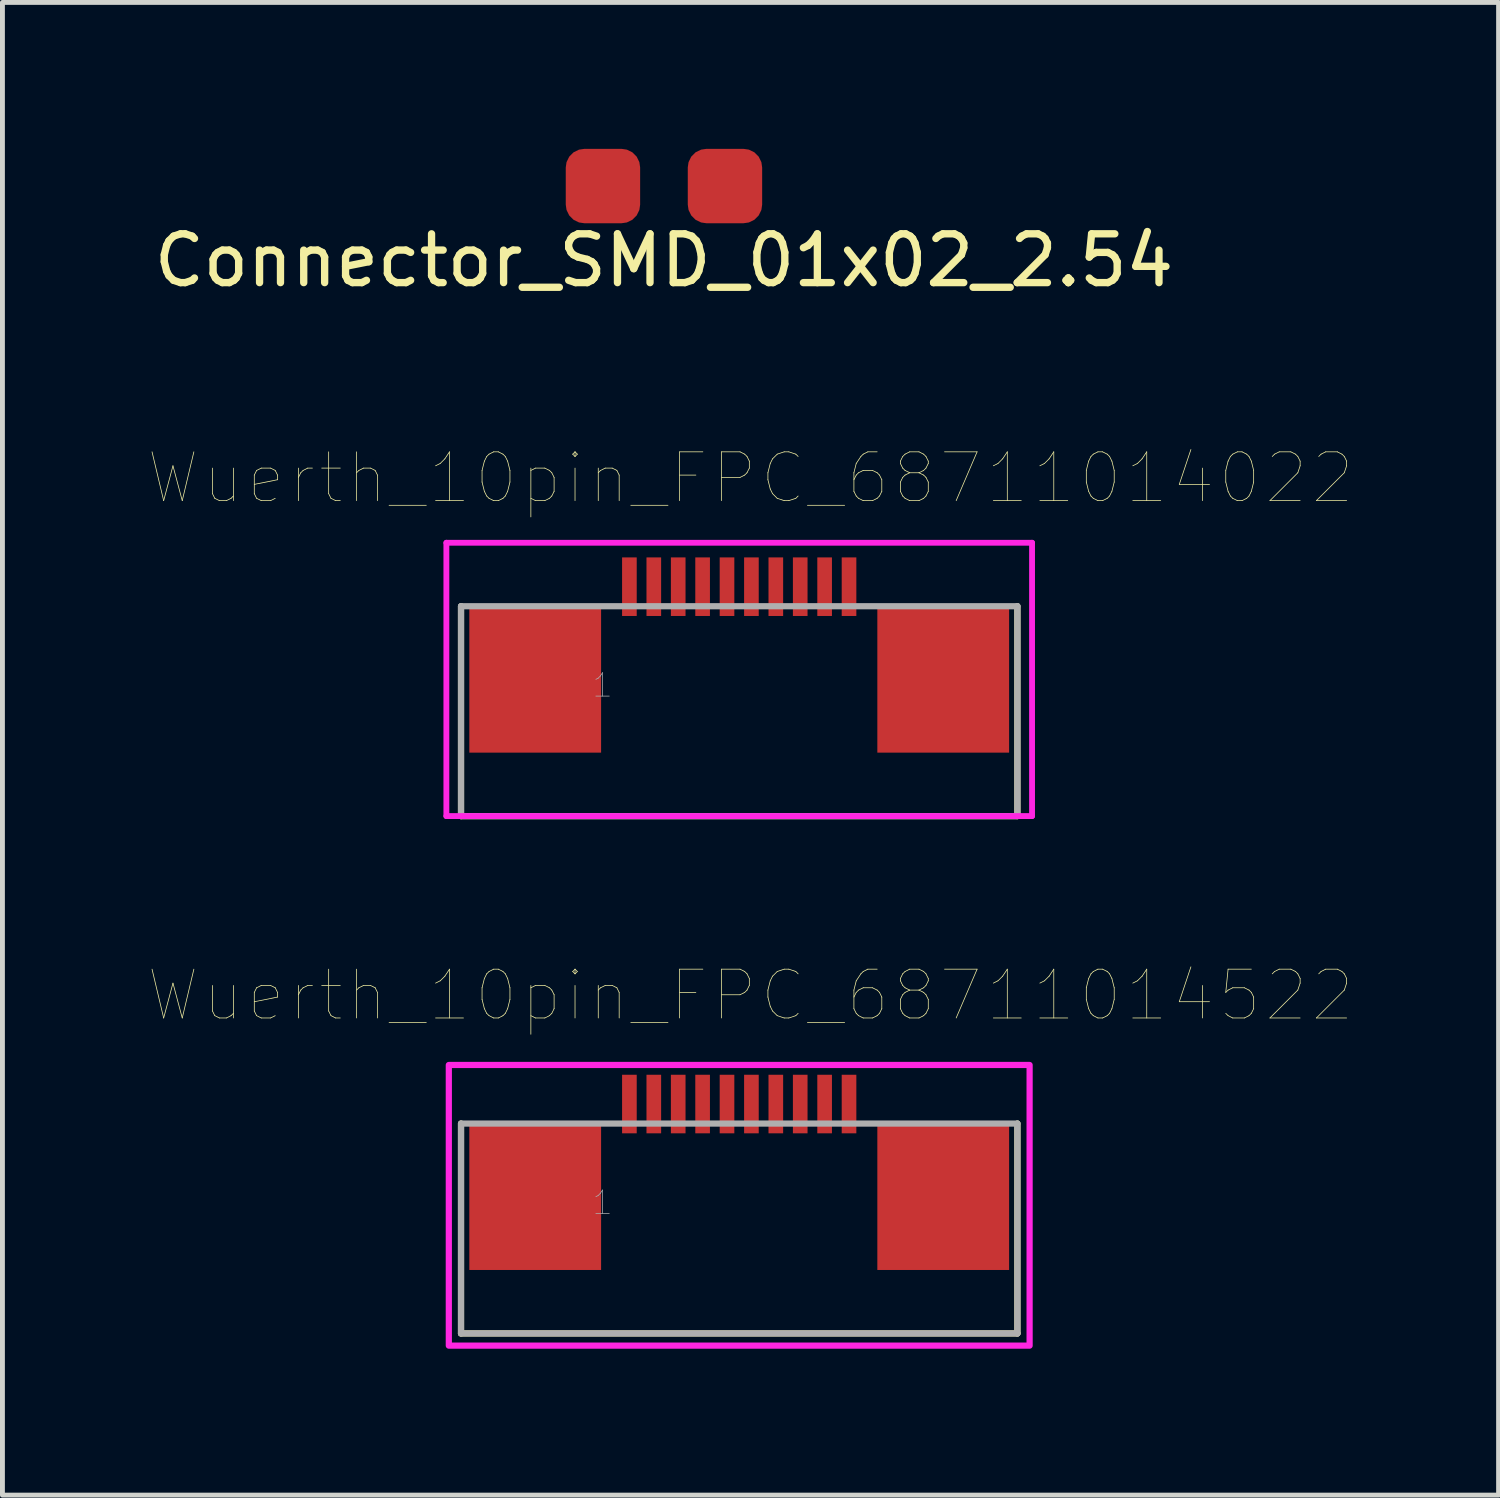
<source format=kicad_pcb>
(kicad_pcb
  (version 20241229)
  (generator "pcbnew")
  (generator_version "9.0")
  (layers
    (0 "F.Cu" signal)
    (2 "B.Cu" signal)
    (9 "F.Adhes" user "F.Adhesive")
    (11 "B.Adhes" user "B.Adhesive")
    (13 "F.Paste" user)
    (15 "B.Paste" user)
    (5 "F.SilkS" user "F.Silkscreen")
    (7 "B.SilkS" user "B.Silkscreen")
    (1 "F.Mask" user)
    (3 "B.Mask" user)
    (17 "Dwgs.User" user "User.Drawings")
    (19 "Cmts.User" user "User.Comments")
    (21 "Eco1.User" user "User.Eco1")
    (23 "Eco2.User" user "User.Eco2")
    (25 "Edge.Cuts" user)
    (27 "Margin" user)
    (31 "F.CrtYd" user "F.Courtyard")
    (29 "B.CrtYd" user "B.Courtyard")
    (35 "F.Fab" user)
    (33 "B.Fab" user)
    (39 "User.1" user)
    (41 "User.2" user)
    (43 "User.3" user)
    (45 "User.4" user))
  (footprint "Wuerth_10pin_FPC_68711014522"
    (layer "F.Cu")
    (at 12.096 21.471)
    (property "Reference" "Wuerth_10pin_FPC_68711014522" (at 0.231 -4.125 0) (layer "F.SilkS") (effects (font (size 1 1) (thickness 0.015))))
    (attr through_hole)
    (fp_line (start -5.7 -1.5) (end -5.7 2.8) (stroke (width 0.127) (type solid)) (layer "F.SilkS"))
    (fp_line (start -5.7 2.8) (end 5.7 2.8) (stroke (width 0.127) (type solid)) (layer "F.SilkS"))
    (fp_line (start 5.7 2.8) (end 5.7 -1.5) (stroke (width 0.127) (type solid)) (layer "F.SilkS"))
    (fp_poly (pts (xy -5.95 -2.7) (xy 5.95 -2.7) (xy 5.95 3.05) (xy -5.95 3.05)) (stroke (width 0.127) (type solid)) (fill no) (layer "F.CrtYd"))
    (fp_line (start -5.7 -1.5) (end 5.7 -1.5) (stroke (width 0.127) (type solid)) (layer "F.Fab"))
    (fp_line (start -5.7 2.8) (end -5.7 -1.5) (stroke (width 0.127) (type solid)) (layer "F.Fab"))
    (fp_line (start -5.7 2.8) (end 5.7 2.8) (stroke (width 0.127) (type solid)) (layer "F.Fab"))
    (fp_line (start 5.7 -1.5) (end 5.7 2.8) (stroke (width 0.127) (type solid)) (layer "F.Fab"))
    (fp_text user "1" (at -2.8 0.12 0) (layer "F.Fab") (effects (font (size 0.48 0.48) (thickness 0.015))))
    (pad "1" smd rect (at -2.25 -1.9) (size 0.3 1.2) (layers "F.Cu" "F.Mask" "F.Paste"))
    (pad "2" smd rect (at -1.75 -1.9) (size 0.3 1.2) (layers "F.Cu" "F.Mask" "F.Paste"))
    (pad "3" smd rect (at -1.25 -1.9) (size 0.3 1.2) (layers "F.Cu" "F.Mask" "F.Paste"))
    (pad "4" smd rect (at -0.75 -1.9) (size 0.3 1.2) (layers "F.Cu" "F.Mask" "F.Paste"))
    (pad "5" smd rect (at -0.25 -1.9) (size 0.3 1.2) (layers "F.Cu" "F.Mask" "F.Paste"))
    (pad "6" smd rect (at 0.25 -1.9) (size 0.3 1.2) (layers "F.Cu" "F.Mask" "F.Paste"))
    (pad "7" smd rect (at 0.75 -1.9) (size 0.3 1.2) (layers "F.Cu" "F.Mask" "F.Paste"))
    (pad "8" smd rect (at 1.25 -1.9) (size 0.3 1.2) (layers "F.Cu" "F.Mask" "F.Paste"))
    (pad "9" smd rect (at 1.75 -1.9) (size 0.3 1.2) (layers "F.Cu" "F.Mask" "F.Paste"))
    (pad "10" smd rect (at 2.25 -1.9) (size 0.3 1.2) (layers "F.Cu" "F.Mask" "F.Paste"))
    (pad "Z1" smd rect (at -4.18 0) (size 2.7 3) (layers "F.Cu" "F.Mask" "F.Paste"))
    (pad "Z2" smd rect (at 4.18 0) (size 2.7 3) (layers "F.Cu" "F.Mask" "F.Paste")))
  (footprint "Connector_SMD_01x02_2.54"
    (layer "F.Cu")
    (at 10.554 0.762)
    (property "Reference" "Connector_SMD_01x02_2.54" (at 0 1.524 0) (layer "F.SilkS") (effects (font (size 1 1) (thickness 0.15))))
    (attr through_hole)
    (pad "1" smd roundrect (at -1.25 0) (size 1.524 1.524) (layers "F.Cu" "F.Mask" "F.Paste") (roundrect_rratio 0.25))
    (pad "2" smd roundrect (at 1.25 0) (size 1.524 1.524) (layers "F.Cu" "F.Mask" "F.Paste") (roundrect_rratio 0.25)))
  (footprint "Wuerth_10pin_FPC_68711014022"
    (layer "F.Cu")
    (at 12.096 10.871)
    (property "Reference" "Wuerth_10pin_FPC_68711014022" (at 0.231 -4.125 0) (layer "F.SilkS") (effects (font (size 1 1) (thickness 0.015))))
    (attr through_hole)
    (fp_line (start -5.7 -1.5) (end -5.7 2.8) (stroke (width 0.127) (type solid)) (layer "F.SilkS"))
    (fp_line (start -5.7 2.8) (end 5.7 2.8) (stroke (width 0.127) (type solid)) (layer "F.SilkS"))
    (fp_line (start 5.7 2.8) (end 5.7 -1.5) (stroke (width 0.127) (type solid)) (layer "F.SilkS"))
    (fp_line (start -6 -2.8) (end 6 -2.8) (stroke (width 0.12) (type solid)) (layer "F.CrtYd"))
    (fp_line (start -6 2.8) (end -6 -2.8) (stroke (width 0.12) (type solid)) (layer "F.CrtYd"))
    (fp_line (start 6 -2.8) (end 6 2.8) (stroke (width 0.12) (type solid)) (layer "F.CrtYd"))
    (fp_line (start 6 2.8) (end -6 2.8) (stroke (width 0.12) (type solid)) (layer "F.CrtYd"))
    (fp_line (start -5.7 -1.5) (end 5.7 -1.5) (stroke (width 0.127) (type solid)) (layer "F.Fab"))
    (fp_line (start -5.7 2.8) (end -5.7 -1.5) (stroke (width 0.127) (type solid)) (layer "F.Fab"))
    (fp_line (start -5.7 2.8) (end 5.7 2.8) (stroke (width 0.127) (type solid)) (layer "F.Fab"))
    (fp_line (start 5.7 -1.5) (end 5.7 2.8) (stroke (width 0.127) (type solid)) (layer "F.Fab"))
    (fp_text user "1" (at -2.8 0.12 0) (layer "F.Fab") (effects (font (size 0.48 0.48) (thickness 0.015))))
    (pad "1" smd rect (at 2.25 -1.9) (size 0.3 1.2) (layers "F.Cu" "F.Mask" "F.Paste"))
    (pad "2" smd rect (at 1.75 -1.9) (size 0.3 1.2) (layers "F.Cu" "F.Mask" "F.Paste"))
    (pad "3" smd rect (at 1.25 -1.9) (size 0.3 1.2) (layers "F.Cu" "F.Mask" "F.Paste"))
    (pad "4" smd rect (at 0.75 -1.9) (size 0.3 1.2) (layers "F.Cu" "F.Mask" "F.Paste"))
    (pad "5" smd rect (at 0.25 -1.9) (size 0.3 1.2) (layers "F.Cu" "F.Mask" "F.Paste"))
    (pad "6" smd rect (at -0.25 -1.9) (size 0.3 1.2) (layers "F.Cu" "F.Mask" "F.Paste"))
    (pad "7" smd rect (at -0.75 -1.9) (size 0.3 1.2) (layers "F.Cu" "F.Mask" "F.Paste"))
    (pad "8" smd rect (at -1.25 -1.9) (size 0.3 1.2) (layers "F.Cu" "F.Mask" "F.Paste"))
    (pad "9" smd rect (at -1.75 -1.9) (size 0.3 1.2) (layers "F.Cu" "F.Mask" "F.Paste"))
    (pad "10" smd rect (at -2.25 -1.9) (size 0.3 1.2) (layers "F.Cu" "F.Mask" "F.Paste"))
    (pad "Z1" smd rect (at -4.18 0) (size 2.7 3) (layers "F.Cu" "F.Mask" "F.Paste"))
    (pad "Z2" smd rect (at 4.18 0) (size 2.7 3) (layers "F.Cu" "F.Mask" "F.Paste")))
  (gr_rect
    (start -3 -3)
    (end 27.655 27.584)
    (stroke (width 0.1) (type default))
    (fill no)
    (layer "Edge.Cuts")))
</source>
